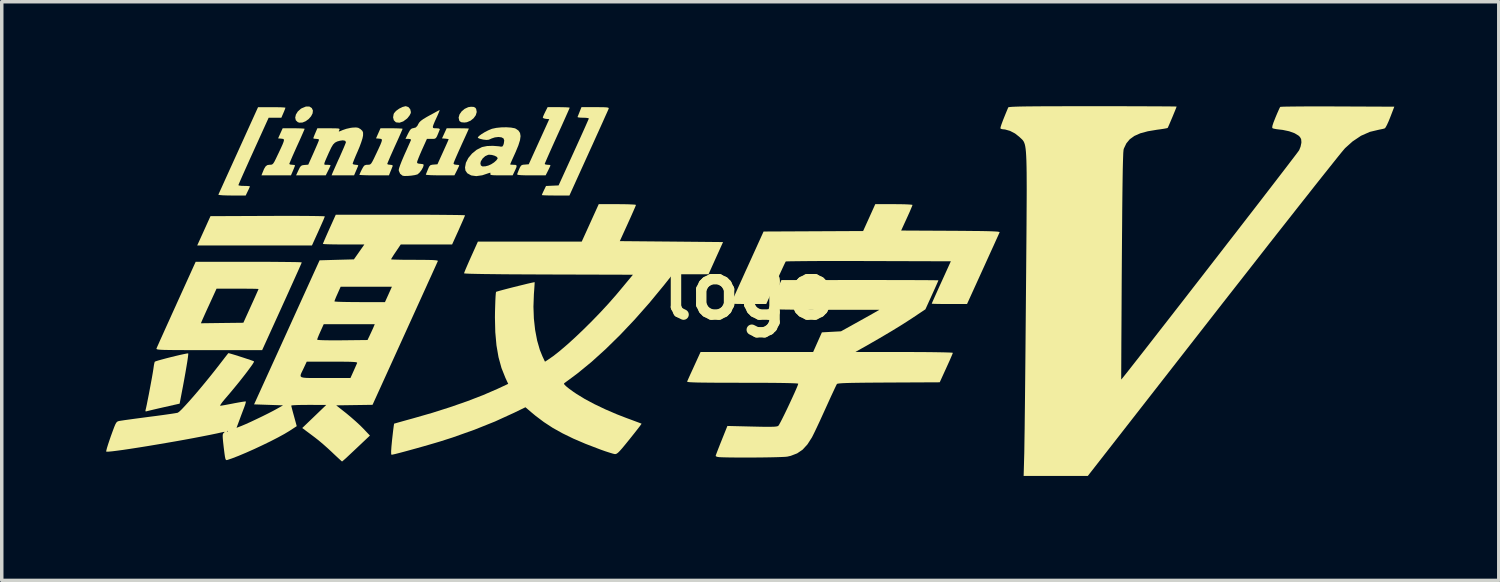
<source format=kicad_pcb>
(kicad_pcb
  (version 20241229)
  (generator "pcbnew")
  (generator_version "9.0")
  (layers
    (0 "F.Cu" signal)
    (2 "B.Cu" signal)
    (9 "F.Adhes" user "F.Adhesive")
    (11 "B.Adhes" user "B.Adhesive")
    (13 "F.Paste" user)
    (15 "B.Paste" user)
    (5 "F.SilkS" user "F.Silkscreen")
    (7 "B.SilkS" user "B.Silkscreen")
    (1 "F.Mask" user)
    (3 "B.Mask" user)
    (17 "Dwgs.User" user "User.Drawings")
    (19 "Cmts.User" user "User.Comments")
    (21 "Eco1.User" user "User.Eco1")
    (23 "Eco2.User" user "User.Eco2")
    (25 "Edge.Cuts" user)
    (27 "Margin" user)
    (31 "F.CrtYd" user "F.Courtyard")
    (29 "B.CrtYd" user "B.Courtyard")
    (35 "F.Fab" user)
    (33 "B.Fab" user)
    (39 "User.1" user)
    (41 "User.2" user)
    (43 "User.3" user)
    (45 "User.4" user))
  (footprint "logo"
    (layer "F.Cu")
    (at 18.468 5.295)
    (property "Reference" "logo" (at 0 0 0) (layer "F.SilkS") (effects (font (size 1.524 1.524) (thickness 0.3))))
    (attr board_only exclude_from_pos_files exclude_from_bom)
    (fp_poly (pts (xy -12.564 -5.242) (xy -12.531 -5.171) (xy -12.541 -5.088) (xy -12.585 -5.004) (xy -12.654 -4.926) (xy -12.739 -4.864) (xy -12.831 -4.826) (xy -12.921 -4.822) (xy -12.966 -4.837) (xy -13.023 -4.891) (xy -13.04 -4.967) (xy -13.02 -5.055) (xy -12.966 -5.143) (xy -12.881 -5.219) (xy -12.853 -5.236) (xy -12.731 -5.286) (xy -12.634 -5.286)) (stroke (width 0) (type solid)) (fill yes) (layer "F.SilkS"))
    (fp_poly (pts (xy -7.911 -5.274) (xy -7.866 -5.25) (xy -7.843 -5.216) (xy -7.827 -5.128) (xy -7.854 -5.036) (xy -7.917 -4.949) (xy -8.004 -4.879) (xy -8.109 -4.835) (xy -8.182 -4.826) (xy -8.267 -4.834) (xy -8.314 -4.861) (xy -8.329 -4.883) (xy -8.347 -4.968) (xy -8.321 -5.06) (xy -8.26 -5.147) (xy -8.174 -5.219) (xy -8.071 -5.267) (xy -7.991 -5.279)) (stroke (width 0) (type solid)) (fill yes) (layer "F.SilkS"))
    (fp_poly (pts (xy -13.002 -2.145) (xy -12.772 -2.144) (xy -12.573 -2.142) (xy -12.411 -2.14) (xy -12.29 -2.137) (xy -12.215 -2.134) (xy -12.19 -2.131) (xy -12.201 -2.1) (xy -12.23 -2.027) (xy -12.276 -1.923) (xy -12.333 -1.795) (xy -12.374 -1.703) (xy -12.559 -1.296) (xy -15.854 -1.296) (xy -15.663 -1.717) (xy -15.473 -2.137) (xy -13.831 -2.144) (xy -13.536 -2.145) (xy -13.258 -2.146)) (stroke (width 0) (type solid)) (fill yes) (layer "F.SilkS"))
    (fp_poly (pts (xy -9.79 -5.271) (xy -9.737 -5.209) (xy -9.718 -5.128) (xy -9.722 -5.095) (xy -9.753 -5.033) (xy -9.808 -4.961) (xy -9.829 -4.939) (xy -9.938 -4.858) (xy -10.045 -4.821) (xy -10.141 -4.831) (xy -10.153 -4.837) (xy -10.208 -4.892) (xy -10.229 -4.975) (xy -10.213 -5.068) (xy -10.201 -5.095) (xy -10.144 -5.16) (xy -10.056 -5.224) (xy -9.957 -5.273) (xy -9.871 -5.295) (xy -9.864 -5.295)) (stroke (width 0) (type solid)) (fill yes) (layer "F.SilkS"))
    (fp_poly (pts (xy -16.112 1.805) (xy -16.112 1.836) (xy -16.121 1.914) (xy -16.138 2.033) (xy -16.163 2.184) (xy -16.193 2.36) (xy -16.228 2.556) (xy -16.266 2.762) (xy -16.274 2.802) (xy -16.359 3.247) (xy -16.819 3.351) (xy -16.973 3.386) (xy -17.109 3.418) (xy -17.218 3.444) (xy -17.291 3.462) (xy -17.316 3.469) (xy -17.342 3.466) (xy -17.338 3.431) (xy -17.324 3.374) (xy -17.302 3.273) (xy -17.276 3.14) (xy -17.245 2.986) (xy -17.214 2.82) (xy -17.183 2.655) (xy -17.155 2.502) (xy -17.132 2.37) (xy -17.116 2.271) (xy -17.11 2.23) (xy -17.097 2.139) (xy -17.082 2.069) (xy -17.073 2.044) (xy -17.043 2.03) (xy -16.97 2.007) (xy -16.865 1.978) (xy -16.739 1.944) (xy -16.601 1.909) (xy -16.462 1.875) (xy -16.334 1.845) (xy -16.226 1.822) (xy -16.149 1.807) (xy -16.113 1.804)) (stroke (width 0) (type solid)) (fill yes) (layer "F.SilkS"))
    (fp_poly (pts (xy -13.573 -5.266) (xy -13.455 -5.264) (xy -13.369 -5.259) (xy -13.325 -5.254) (xy -13.321 -5.252) (xy -13.331 -5.22) (xy -13.356 -5.154) (xy -13.379 -5.1) (xy -13.438 -4.964) (xy -13.803 -4.963) (xy -14.238 -4.005) (xy -14.335 -3.791) (xy -14.424 -3.592) (xy -14.504 -3.414) (xy -14.571 -3.263) (xy -14.623 -3.145) (xy -14.657 -3.065) (xy -14.672 -3.028) (xy -14.672 -3.027) (xy -14.647 -3.016) (xy -14.582 -3.008) (xy -14.506 -3.006) (xy -14.419 -3.004) (xy -14.359 -2.999) (xy -14.341 -2.993) (xy -14.352 -2.963) (xy -14.38 -2.9) (xy -14.402 -2.855) (xy -14.462 -2.73) (xy -14.859 -2.73) (xy -14.999 -2.732) (xy -15.116 -2.736) (xy -15.2 -2.743) (xy -15.243 -2.75) (xy -15.246 -2.754) (xy -15.234 -2.783) (xy -15.2 -2.858) (xy -15.148 -2.972) (xy -15.08 -3.123) (xy -14.998 -3.304) (xy -14.904 -3.511) (xy -14.801 -3.738) (xy -14.69 -3.982) (xy -14.672 -4.022) (xy -14.107 -5.267) (xy -13.714 -5.267)) (stroke (width 0) (type solid)) (fill yes) (layer "F.SilkS"))
    (fp_poly (pts (xy -4.264 -5.267) (xy -4.156 -5.265) (xy -4.087 -5.26) (xy -4.049 -5.252) (xy -4.036 -5.239) (xy -4.038 -5.221) (xy -4.039 -5.219) (xy -4.054 -5.185) (xy -4.089 -5.106) (xy -4.143 -4.987) (xy -4.212 -4.832) (xy -4.295 -4.648) (xy -4.39 -4.439) (xy -4.493 -4.21) (xy -4.604 -3.967) (xy -4.611 -3.951) (xy -5.165 -2.73) (xy -5.561 -2.73) (xy -5.702 -2.731) (xy -5.82 -2.733) (xy -5.907 -2.737) (xy -5.953 -2.741) (xy -5.957 -2.743) (xy -5.946 -2.774) (xy -5.918 -2.836) (xy -5.897 -2.88) (xy -5.837 -3.004) (xy -5.476 -3.02) (xy -5.042 -3.971) (xy -4.945 -4.185) (xy -4.855 -4.383) (xy -4.775 -4.56) (xy -4.708 -4.71) (xy -4.656 -4.828) (xy -4.621 -4.907) (xy -4.607 -4.942) (xy -4.607 -4.943) (xy -4.631 -4.954) (xy -4.696 -4.962) (xy -4.773 -4.964) (xy -4.86 -4.967) (xy -4.917 -4.975) (xy -4.932 -4.985) (xy -4.917 -5.021) (xy -4.89 -5.089) (xy -4.871 -5.137) (xy -4.819 -5.268) (xy -4.42 -5.268)) (stroke (width 0) (type solid)) (fill yes) (layer "F.SilkS"))
    (fp_poly (pts (xy -12.96 -4.66) (xy -12.858 -4.656) (xy -12.791 -4.651) (xy -12.769 -4.646) (xy -12.78 -4.617) (xy -12.81 -4.547) (xy -12.856 -4.442) (xy -12.915 -4.31) (xy -12.983 -4.161) (xy -12.99 -4.146) (xy -13.058 -3.994) (xy -13.118 -3.859) (xy -13.165 -3.749) (xy -13.197 -3.672) (xy -13.21 -3.637) (xy -13.21 -3.636) (xy -13.186 -3.62) (xy -13.128 -3.613) (xy -13.127 -3.613) (xy -13.069 -3.608) (xy -13.045 -3.597) (xy -13.045 -3.597) (xy -13.055 -3.565) (xy -13.081 -3.499) (xy -13.103 -3.446) (xy -13.162 -3.309) (xy -14.009 -3.309) (xy -13.982 -3.379) (xy -13.935 -3.493) (xy -13.892 -3.564) (xy -13.846 -3.601) (xy -13.788 -3.613) (xy -13.773 -3.613) (xy -13.732 -3.614) (xy -13.7 -3.624) (xy -13.671 -3.65) (xy -13.638 -3.701) (xy -13.596 -3.785) (xy -13.537 -3.909) (xy -13.529 -3.925) (xy -13.456 -4.08) (xy -13.405 -4.192) (xy -13.375 -4.269) (xy -13.363 -4.317) (xy -13.368 -4.344) (xy -13.389 -4.356) (xy -13.425 -4.361) (xy -13.438 -4.363) (xy -13.531 -4.371) (xy -13.466 -4.516) (xy -13.4 -4.661) (xy -13.084 -4.661)) (stroke (width 0) (type solid)) (fill yes) (layer "F.SilkS"))
    (fp_poly (pts (xy -8.246 -4.66) (xy -8.144 -4.658) (xy -8.076 -4.655) (xy -8.053 -4.652) (xy -8.064 -4.626) (xy -8.094 -4.557) (xy -8.141 -4.453) (xy -8.2 -4.324) (xy -8.268 -4.175) (xy -8.273 -4.163) (xy -8.342 -4.011) (xy -8.402 -3.875) (xy -8.45 -3.764) (xy -8.482 -3.685) (xy -8.494 -3.648) (xy -8.494 -3.647) (xy -8.47 -3.622) (xy -8.412 -3.613) (xy -8.353 -3.609) (xy -8.329 -3.598) (xy -8.329 -3.598) (xy -8.34 -3.567) (xy -8.37 -3.504) (xy -8.398 -3.446) (xy -8.468 -3.309) (xy -8.883 -3.309) (xy -9.027 -3.311) (xy -9.147 -3.314) (xy -9.236 -3.32) (xy -9.284 -3.326) (xy -9.289 -3.33) (xy -9.275 -3.366) (xy -9.247 -3.435) (xy -9.229 -3.481) (xy -9.195 -3.558) (xy -9.161 -3.598) (xy -9.111 -3.614) (xy -9.066 -3.618) (xy -8.955 -3.627) (xy -8.794 -3.982) (xy -8.736 -4.11) (xy -8.687 -4.219) (xy -8.652 -4.299) (xy -8.634 -4.342) (xy -8.632 -4.346) (xy -8.656 -4.354) (xy -8.716 -4.362) (xy -8.728 -4.363) (xy -8.824 -4.371) (xy -8.757 -4.516) (xy -8.69 -4.661) (xy -8.371 -4.661)) (stroke (width 0) (type solid)) (fill yes) (layer "F.SilkS"))
    (fp_poly (pts (xy -5.349 -5.266) (xy -5.248 -5.263) (xy -5.18 -5.258) (xy -5.157 -5.253) (xy -5.168 -5.225) (xy -5.199 -5.153) (xy -5.248 -5.043) (xy -5.311 -4.902) (xy -5.386 -4.734) (xy -5.471 -4.548) (xy -5.516 -4.449) (xy -5.604 -4.254) (xy -5.684 -4.076) (xy -5.754 -3.919) (xy -5.81 -3.791) (xy -5.85 -3.698) (xy -5.872 -3.645) (xy -5.874 -3.636) (xy -5.85 -3.62) (xy -5.793 -3.613) (xy -5.792 -3.613) (xy -5.733 -3.609) (xy -5.709 -3.598) (xy -5.709 -3.598) (xy -5.72 -3.567) (xy -5.75 -3.504) (xy -5.778 -3.446) (xy -5.848 -3.309) (xy -6.264 -3.309) (xy -6.43 -3.31) (xy -6.547 -3.314) (xy -6.622 -3.32) (xy -6.659 -3.33) (xy -6.666 -3.344) (xy -6.666 -3.344) (xy -6.619 -3.463) (xy -6.585 -3.54) (xy -6.557 -3.584) (xy -6.528 -3.606) (xy -6.489 -3.615) (xy -6.446 -3.618) (xy -6.333 -3.627) (xy -5.744 -4.923) (xy -5.837 -4.931) (xy -5.899 -4.944) (xy -5.929 -4.964) (xy -5.929 -4.967) (xy -5.918 -5.005) (xy -5.888 -5.074) (xy -5.86 -5.131) (xy -5.791 -5.268) (xy -5.474 -5.268)) (stroke (width 0) (type solid)) (fill yes) (layer "F.SilkS"))
    (fp_poly (pts (xy -10.149 -4.66) (xy -10.047 -4.656) (xy -9.979 -4.652) (xy -9.956 -4.646) (xy -9.967 -4.617) (xy -9.997 -4.547) (xy -10.043 -4.442) (xy -10.102 -4.31) (xy -10.17 -4.161) (xy -10.177 -4.146) (xy -10.245 -3.994) (xy -10.305 -3.859) (xy -10.352 -3.749) (xy -10.384 -3.672) (xy -10.397 -3.637) (xy -10.397 -3.636) (xy -10.373 -3.62) (xy -10.315 -3.613) (xy -10.311 -3.613) (xy -10.25 -3.604) (xy -10.24 -3.578) (xy -10.258 -3.533) (xy -10.287 -3.459) (xy -10.301 -3.427) (xy -10.348 -3.309) (xy -10.772 -3.309) (xy -10.918 -3.31) (xy -11.043 -3.313) (xy -11.136 -3.317) (xy -11.189 -3.321) (xy -11.197 -3.324) (xy -11.185 -3.355) (xy -11.156 -3.419) (xy -11.128 -3.476) (xy -11.084 -3.555) (xy -11.048 -3.596) (xy -11.003 -3.611) (xy -10.96 -3.613) (xy -10.919 -3.614) (xy -10.887 -3.624) (xy -10.858 -3.65) (xy -10.826 -3.701) (xy -10.783 -3.784) (xy -10.724 -3.909) (xy -10.716 -3.925) (xy -10.643 -4.08) (xy -10.592 -4.192) (xy -10.562 -4.269) (xy -10.55 -4.317) (xy -10.555 -4.344) (xy -10.576 -4.356) (xy -10.612 -4.361) (xy -10.626 -4.363) (xy -10.719 -4.371) (xy -10.655 -4.516) (xy -10.591 -4.661) (xy -10.274 -4.661)) (stroke (width 0) (type solid)) (fill yes) (layer "F.SilkS"))
    (fp_poly (pts (xy -14.091 -0.826) (xy -13.824 -0.826) (xy -13.58 -0.824) (xy -13.362 -0.822) (xy -13.177 -0.82) (xy -13.028 -0.818) (xy -12.922 -0.815) (xy -12.863 -0.811) (xy -12.852 -0.809) (xy -12.863 -0.781) (xy -12.895 -0.708) (xy -12.945 -0.594) (xy -13.012 -0.445) (xy -13.093 -0.265) (xy -13.186 -0.059) (xy -13.288 0.168) (xy -13.399 0.412) (xy -13.42 0.459) (xy -13.989 1.71) (xy -15.515 1.71) (xy -15.844 1.71) (xy -16.122 1.71) (xy -16.353 1.709) (xy -16.541 1.708) (xy -16.691 1.706) (xy -16.807 1.704) (xy -16.894 1.7) (xy -16.954 1.696) (xy -16.993 1.69) (xy -17.015 1.683) (xy -17.024 1.674) (xy -17.024 1.664) (xy -17.022 1.659) (xy -17.007 1.624) (xy -16.971 1.544) (xy -16.918 1.424) (xy -16.848 1.27) (xy -16.765 1.085) (xy -16.699 0.939) (xy -15.749 0.939) (xy -15.139 0.931) (xy -14.529 0.924) (xy -14.311 0.444) (xy -14.243 0.294) (xy -14.184 0.163) (xy -14.137 0.057) (xy -14.105 -0.015) (xy -14.093 -0.045) (xy -14.093 -0.045) (xy -14.119 -0.048) (xy -14.193 -0.051) (xy -14.305 -0.053) (xy -14.45 -0.054) (xy -14.618 -0.055) (xy -14.696 -0.055) (xy -15.299 -0.055) (xy -15.485 0.352) (xy -15.552 0.497) (xy -15.613 0.631) (xy -15.663 0.743) (xy -15.699 0.823) (xy -15.71 0.849) (xy -15.749 0.939) (xy -16.699 0.939) (xy -16.67 0.876) (xy -16.567 0.647) (xy -16.456 0.403) (xy -16.451 0.391) (xy -15.899 -0.826) (xy -14.375 -0.827)) (stroke (width 0) (type solid)) (fill yes) (layer "F.SilkS"))
    (fp_poly (pts (xy -8.897 -5.162) (xy -8.922 -5.1) (xy -8.96 -5.012) (xy -8.975 -4.98) (xy -9.035 -4.849) (xy -9.072 -4.759) (xy -9.088 -4.704) (xy -9.082 -4.675) (xy -9.056 -4.663) (xy -9.009 -4.661) (xy -8.99 -4.661) (xy -8.914 -4.655) (xy -8.887 -4.637) (xy -8.888 -4.626) (xy -8.936 -4.507) (xy -8.969 -4.429) (xy -8.997 -4.384) (xy -9.027 -4.363) (xy -9.067 -4.357) (xy -9.125 -4.357) (xy -9.127 -4.357) (xy -9.257 -4.357) (xy -9.4 -4.04) (xy -9.454 -3.916) (xy -9.499 -3.807) (xy -9.53 -3.726) (xy -9.542 -3.683) (xy -9.542 -3.681) (xy -9.521 -3.651) (xy -9.453 -3.64) (xy -9.446 -3.64) (xy -9.382 -3.633) (xy -9.35 -3.615) (xy -9.349 -3.612) (xy -9.367 -3.545) (xy -9.411 -3.464) (xy -9.468 -3.389) (xy -9.523 -3.34) (xy -9.534 -3.335) (xy -9.607 -3.316) (xy -9.707 -3.301) (xy -9.812 -3.292) (xy -9.902 -3.291) (xy -9.956 -3.299) (xy -10.027 -3.355) (xy -10.064 -3.44) (xy -10.066 -3.47) (xy -10.055 -3.519) (xy -10.025 -3.606) (xy -9.98 -3.722) (xy -9.923 -3.856) (xy -9.898 -3.913) (xy -9.837 -4.048) (xy -9.785 -4.166) (xy -9.744 -4.257) (xy -9.72 -4.313) (xy -9.715 -4.323) (xy -9.727 -4.349) (xy -9.787 -4.357) (xy -9.873 -4.357) (xy -9.799 -4.508) (xy -9.752 -4.594) (xy -9.713 -4.642) (xy -9.668 -4.662) (xy -9.641 -4.666) (xy -9.576 -4.685) (xy -9.53 -4.734) (xy -9.509 -4.776) (xy -9.479 -4.826) (xy -9.434 -4.873) (xy -9.364 -4.924) (xy -9.26 -4.987) (xy -9.18 -5.031) (xy -9.069 -5.091) (xy -8.978 -5.141) (xy -8.915 -5.174) (xy -8.891 -5.185)) (stroke (width 0) (type solid)) (fill yes) (layer "F.SilkS"))
    (fp_poly (pts (xy 4.319 -2.481) (xy 4.463 -2.478) (xy 4.578 -2.473) (xy 4.656 -2.467) (xy 4.688 -2.46) (xy 4.688 -2.459) (xy 4.677 -2.428) (xy 4.647 -2.355) (xy 4.603 -2.252) (xy 4.547 -2.128) (xy 4.525 -2.08) (xy 4.362 -1.724) (xy 5.783 -1.717) (xy 6.111 -1.715) (xy 6.389 -1.712) (xy 6.618 -1.71) (xy 6.803 -1.707) (xy 6.947 -1.703) (xy 7.054 -1.698) (xy 7.128 -1.693) (xy 7.172 -1.686) (xy 7.19 -1.679) (xy 7.19 -1.675) (xy 7.176 -1.643) (xy 7.142 -1.567) (xy 7.089 -1.451) (xy 7.022 -1.302) (xy 6.941 -1.125) (xy 6.85 -0.925) (xy 6.752 -0.708) (xy 6.715 -0.627) (xy 6.254 0.386) (xy 5.747 0.386) (xy 5.586 0.386) (xy 5.447 0.384) (xy 5.337 0.382) (xy 5.265 0.379) (xy 5.24 0.376) (xy 5.251 0.349) (xy 5.282 0.279) (xy 5.329 0.173) (xy 5.39 0.038) (xy 5.461 -0.12) (xy 5.515 -0.238) (xy 5.789 -0.841) (xy 3.427 -0.848) (xy 3.071 -0.849) (xy 2.731 -0.849) (xy 2.41 -0.849) (xy 2.114 -0.849) (xy 1.846 -0.848) (xy 1.609 -0.846) (xy 1.409 -0.844) (xy 1.249 -0.842) (xy 1.132 -0.84) (xy 1.064 -0.837) (xy 1.047 -0.834) (xy 1.031 -0.804) (xy 0.996 -0.731) (xy 0.945 -0.622) (xy 0.882 -0.485) (xy 0.809 -0.325) (xy 0.759 -0.214) (xy 0.488 0.386) (xy -0.018 0.386) (xy -0.178 0.385) (xy -0.318 0.384) (xy -0.427 0.381) (xy -0.499 0.378) (xy -0.524 0.374) (xy -0.513 0.347) (xy -0.481 0.275) (xy -0.432 0.164) (xy -0.367 0.018) (xy -0.288 -0.156) (xy -0.198 -0.354) (xy -0.101 -0.57) (xy -0.056 -0.667) (xy 0.411 -1.696) (xy 1.84 -1.703) (xy 3.27 -1.71) (xy 3.445 -2.096) (xy 3.619 -2.482) (xy 4.154 -2.482)) (stroke (width 0) (type solid)) (fill yes) (layer "F.SilkS"))
    (fp_poly (pts (xy -6.842 -4.681) (xy -6.738 -4.662) (xy -6.704 -4.648) (xy -6.628 -4.595) (xy -6.583 -4.526) (xy -6.568 -4.436) (xy -6.584 -4.319) (xy -6.631 -4.169) (xy -6.709 -3.98) (xy -6.725 -3.944) (xy -6.779 -3.825) (xy -6.824 -3.725) (xy -6.855 -3.654) (xy -6.867 -3.623) (xy -6.867 -3.623) (xy -6.843 -3.616) (xy -6.783 -3.613) (xy -6.771 -3.613) (xy -6.709 -3.609) (xy -6.682 -3.591) (xy -6.685 -3.548) (xy -6.718 -3.47) (xy -6.735 -3.434) (xy -6.795 -3.309) (xy -7.124 -3.309) (xy -7.263 -3.31) (xy -7.356 -3.313) (xy -7.41 -3.32) (xy -7.434 -3.331) (xy -7.437 -3.348) (xy -7.435 -3.354) (xy -7.432 -3.385) (xy -7.467 -3.378) (xy -7.668 -3.311) (xy -7.84 -3.287) (xy -7.98 -3.306) (xy -7.997 -3.313) (xy -8.097 -3.369) (xy -8.15 -3.445) (xy -8.163 -3.535) (xy -8.141 -3.654) (xy -7.722 -3.654) (xy -7.708 -3.593) (xy -7.662 -3.565) (xy -7.578 -3.569) (xy -7.495 -3.59) (xy -7.412 -3.627) (xy -7.33 -3.68) (xy -7.264 -3.739) (xy -7.228 -3.791) (xy -7.226 -3.805) (xy -7.25 -3.84) (xy -7.311 -3.872) (xy -7.391 -3.895) (xy -7.47 -3.902) (xy -7.5 -3.898) (xy -7.583 -3.861) (xy -7.658 -3.793) (xy -7.709 -3.712) (xy -7.722 -3.654) (xy -8.141 -3.654) (xy -8.138 -3.671) (xy -8.068 -3.808) (xy -7.962 -3.935) (xy -7.831 -4.042) (xy -7.682 -4.118) (xy -7.664 -4.124) (xy -7.529 -4.151) (xy -7.363 -4.157) (xy -7.185 -4.143) (xy -7.13 -4.133) (xy -7.09 -4.138) (xy -7.063 -4.179) (xy -7.049 -4.225) (xy -7.037 -4.31) (xy -7.055 -4.364) (xy -7.059 -4.37) (xy -7.116 -4.401) (xy -7.205 -4.411) (xy -7.307 -4.399) (xy -7.404 -4.367) (xy -7.414 -4.361) (xy -7.48 -4.333) (xy -7.546 -4.326) (xy -7.637 -4.336) (xy -7.656 -4.34) (xy -7.738 -4.36) (xy -7.788 -4.382) (xy -7.797 -4.397) (xy -7.764 -4.437) (xy -7.695 -4.489) (xy -7.602 -4.547) (xy -7.502 -4.599) (xy -7.406 -4.64) (xy -7.381 -4.648) (xy -7.262 -4.673) (xy -7.12 -4.687) (xy -6.975 -4.69)) (stroke (width 0) (type solid)) (fill yes) (layer "F.SilkS"))
    (fp_poly (pts (xy -11.231 -4.675) (xy -11.176 -4.644) (xy -11.159 -4.632) (xy -11.111 -4.586) (xy -11.091 -4.538) (xy -11.091 -4.465) (xy -11.093 -4.443) (xy -11.109 -4.368) (xy -11.144 -4.258) (xy -11.192 -4.128) (xy -11.248 -3.995) (xy -11.302 -3.871) (xy -11.346 -3.764) (xy -11.377 -3.685) (xy -11.39 -3.645) (xy -11.39 -3.643) (xy -11.366 -3.622) (xy -11.308 -3.613) (xy -11.305 -3.613) (xy -11.249 -3.607) (xy -11.229 -3.592) (xy -11.229 -3.591) (xy -11.244 -3.555) (xy -11.273 -3.487) (xy -11.293 -3.44) (xy -11.349 -3.31) (xy -11.672 -3.31) (xy -11.995 -3.309) (xy -11.971 -3.371) (xy -11.951 -3.417) (xy -11.913 -3.503) (xy -11.861 -3.619) (xy -11.801 -3.754) (xy -11.764 -3.833) (xy -11.703 -3.972) (xy -11.65 -4.093) (xy -11.61 -4.189) (xy -11.587 -4.249) (xy -11.583 -4.265) (xy -11.607 -4.303) (xy -11.672 -4.315) (xy -11.753 -4.304) (xy -11.836 -4.281) (xy -11.9 -4.247) (xy -11.952 -4.194) (xy -12.003 -4.11) (xy -12.062 -3.986) (xy -12.073 -3.963) (xy -12.135 -3.823) (xy -12.177 -3.726) (xy -12.2 -3.665) (xy -12.205 -3.63) (xy -12.193 -3.615) (xy -12.165 -3.612) (xy -12.124 -3.613) (xy -12.059 -3.609) (xy -12.025 -3.6) (xy -12.024 -3.598) (xy -12.036 -3.567) (xy -12.065 -3.504) (xy -12.094 -3.446) (xy -12.163 -3.309) (xy -13.015 -3.309) (xy -12.948 -3.454) (xy -12.907 -3.537) (xy -12.872 -3.581) (xy -12.827 -3.601) (xy -12.773 -3.607) (xy -12.665 -3.616) (xy -12.51 -3.962) (xy -12.454 -4.09) (xy -12.406 -4.2) (xy -12.372 -4.283) (xy -12.356 -4.328) (xy -12.355 -4.333) (xy -12.379 -4.35) (xy -12.437 -4.357) (xy -12.438 -4.357) (xy -12.496 -4.362) (xy -12.521 -4.373) (xy -12.521 -4.373) (xy -12.511 -4.405) (xy -12.485 -4.471) (xy -12.462 -4.525) (xy -12.404 -4.661) (xy -12.075 -4.661) (xy -11.937 -4.66) (xy -11.845 -4.658) (xy -11.792 -4.653) (xy -11.768 -4.642) (xy -11.767 -4.625) (xy -11.775 -4.607) (xy -11.789 -4.577) (xy -11.781 -4.568) (xy -11.74 -4.582) (xy -11.676 -4.61) (xy -11.57 -4.646) (xy -11.447 -4.673) (xy -11.393 -4.68) (xy -11.296 -4.685)) (stroke (width 0) (type solid)) (fill yes) (layer "F.SilkS"))
    (fp_poly (pts (xy 3.526 -0.303) (xy 3.857 -0.303) (xy 4.167 -0.302) (xy 4.453 -0.302) (xy 4.711 -0.301) (xy 4.935 -0.3) (xy 5.123 -0.299) (xy 5.271 -0.298) (xy 5.373 -0.296) (xy 5.426 -0.295) (xy 5.433 -0.294) (xy 5.422 -0.268) (xy 5.392 -0.199) (xy 5.347 -0.098) (xy 5.29 0.029) (xy 5.246 0.126) (xy 5.059 0.538) (xy 4.667 0.8) (xy 4.406 0.968) (xy 4.097 1.158) (xy 3.742 1.368) (xy 3.344 1.597) (xy 3.213 1.67) (xy 3.047 1.763) (xy 4.447 1.764) (xy 4.719 1.765) (xy 4.974 1.766) (xy 5.206 1.768) (xy 5.41 1.771) (xy 5.581 1.774) (xy 5.714 1.778) (xy 5.803 1.782) (xy 5.845 1.787) (xy 5.847 1.788) (xy 5.836 1.819) (xy 5.805 1.892) (xy 5.76 1.997) (xy 5.702 2.125) (xy 5.658 2.222) (xy 5.47 2.634) (xy 4.007 2.641) (xy 3.668 2.643) (xy 3.38 2.645) (xy 3.141 2.648) (xy 2.946 2.651) (xy 2.793 2.655) (xy 2.677 2.66) (xy 2.595 2.666) (xy 2.544 2.673) (xy 2.52 2.68) (xy 2.518 2.682) (xy 2.5 2.716) (xy 2.463 2.793) (xy 2.41 2.906) (xy 2.344 3.048) (xy 2.269 3.213) (xy 2.194 3.378) (xy 2.108 3.567) (xy 2.025 3.749) (xy 1.947 3.915) (xy 1.88 4.056) (xy 1.827 4.163) (xy 1.8 4.216) (xy 1.672 4.416) (xy 1.534 4.567) (xy 1.376 4.675) (xy 1.192 4.746) (xy 1.09 4.769) (xy 1.029 4.775) (xy 0.921 4.78) (xy 0.775 4.785) (xy 0.6 4.789) (xy 0.404 4.792) (xy 0.196 4.794) (xy -0.016 4.795) (xy -0.224 4.795) (xy -0.419 4.794) (xy -0.593 4.792) (xy -0.737 4.789) (xy -0.843 4.785) (xy -0.903 4.779) (xy -0.903 4.779) (xy -0.952 4.763) (xy -0.965 4.749) (xy -0.956 4.718) (xy -0.929 4.645) (xy -0.888 4.539) (xy -0.837 4.409) (xy -0.797 4.309) (xy -0.628 3.888) (xy 0.079 3.905) (xy 0.304 3.91) (xy 0.479 3.913) (xy 0.612 3.912) (xy 0.708 3.91) (xy 0.773 3.904) (xy 0.814 3.895) (xy 0.834 3.885) (xy 0.857 3.852) (xy 0.898 3.777) (xy 0.953 3.67) (xy 1.018 3.539) (xy 1.089 3.392) (xy 1.161 3.239) (xy 1.231 3.088) (xy 1.295 2.948) (xy 1.348 2.828) (xy 1.386 2.737) (xy 1.405 2.683) (xy 1.407 2.675) (xy 1.379 2.668) (xy 1.298 2.663) (xy 1.164 2.658) (xy 0.978 2.654) (xy 0.742 2.651) (xy 0.457 2.649) (xy 0.123 2.648) (xy -0.196 2.648) (xy -0.546 2.647) (xy -0.844 2.647) (xy -1.093 2.645) (xy -1.298 2.643) (xy -1.462 2.641) (xy -1.588 2.637) (xy -1.68 2.633) (xy -1.741 2.628) (xy -1.775 2.621) (xy -1.785 2.614) (xy -1.785 2.613) (xy -1.769 2.577) (xy -1.735 2.501) (xy -1.686 2.392) (xy -1.626 2.262) (xy -1.585 2.172) (xy -1.399 1.765) (xy 1.834 1.765) (xy 1.96 1.482) (xy 2.086 1.2) (xy 2.36 1.185) (xy 2.634 1.17) (xy 3.061 0.933) (xy 3.21 0.85) (xy 3.352 0.771) (xy 3.475 0.702) (xy 3.569 0.649) (xy 3.613 0.624) (xy 3.737 0.552) (xy 2.142 0.552) (xy 1.797 0.551) (xy 1.488 0.55) (xy 1.219 0.548) (xy 0.993 0.545) (xy 0.81 0.541) (xy 0.675 0.537) (xy 0.59 0.532) (xy 0.556 0.526) (xy 0.556 0.526) (xy 0.57 0.493) (xy 0.602 0.419) (xy 0.649 0.313) (xy 0.707 0.184) (xy 0.745 0.099) (xy 0.924 -0.302) (xy 3.178 -0.303)) (stroke (width 0) (type solid)) (fill yes) (layer "F.SilkS"))
    (fp_poly (pts (xy -3.624 -2.481) (xy -3.48 -2.478) (xy -3.364 -2.473) (xy -3.287 -2.468) (xy -3.255 -2.461) (xy -3.254 -2.46) (xy -3.265 -2.429) (xy -3.296 -2.356) (xy -3.343 -2.249) (xy -3.402 -2.115) (xy -3.471 -1.963) (xy -3.486 -1.929) (xy -3.718 -1.42) (xy -2.236 -1.407) (xy -0.753 -1.393) (xy -0.962 -0.931) (xy -1.17 -0.469) (xy -2.199 -0.469) (xy -2.457 -0.145) (xy -2.871 0.357) (xy -3.29 0.831) (xy -3.71 1.275) (xy -4.125 1.682) (xy -4.532 2.05) (xy -4.925 2.372) (xy -5.097 2.501) (xy -5.19 2.569) (xy -5.264 2.624) (xy -5.311 2.658) (xy -5.32 2.666) (xy -5.314 2.693) (xy -5.264 2.745) (xy -5.174 2.818) (xy -5.047 2.91) (xy -4.964 2.966) (xy -4.726 3.112) (xy -4.445 3.262) (xy -4.133 3.411) (xy -3.803 3.553) (xy -3.535 3.657) (xy -3.391 3.71) (xy -3.266 3.757) (xy -3.169 3.793) (xy -3.109 3.816) (xy -3.093 3.823) (xy -3.107 3.845) (xy -3.15 3.904) (xy -3.218 3.992) (xy -3.306 4.104) (xy -3.409 4.233) (xy -3.435 4.266) (xy -3.556 4.415) (xy -3.648 4.526) (xy -3.717 4.604) (xy -3.768 4.655) (xy -3.806 4.683) (xy -3.838 4.695) (xy -3.862 4.696) (xy -3.914 4.684) (xy -4.007 4.656) (xy -4.128 4.617) (xy -4.264 4.569) (xy -4.306 4.553) (xy -4.703 4.401) (xy -5.053 4.251) (xy -5.364 4.099) (xy -5.644 3.943) (xy -5.899 3.776) (xy -6.138 3.596) (xy -6.242 3.51) (xy -6.428 3.351) (xy -6.751 3.508) (xy -7.3 3.759) (xy -7.894 3.997) (xy -8.52 4.219) (xy -8.867 4.33) (xy -9.014 4.374) (xy -9.182 4.423) (xy -9.362 4.475) (xy -9.547 4.527) (xy -9.728 4.577) (xy -9.896 4.623) (xy -10.043 4.662) (xy -10.161 4.692) (xy -10.241 4.71) (xy -10.274 4.716) (xy -10.284 4.69) (xy -10.285 4.61) (xy -10.276 4.478) (xy -10.258 4.291) (xy -10.256 4.272) (xy -10.239 4.122) (xy -10.224 3.994) (xy -10.211 3.895) (xy -10.202 3.836) (xy -10.199 3.822) (xy -10.171 3.814) (xy -10.098 3.793) (xy -9.988 3.762) (xy -9.849 3.723) (xy -9.689 3.679) (xy -9.653 3.669) (xy -9.106 3.512) (xy -8.584 3.346) (xy -8.093 3.175) (xy -7.642 3.001) (xy -7.238 2.826) (xy -7.184 2.801) (xy -6.923 2.679) (xy -7.004 2.505) (xy -7.116 2.223) (xy -7.201 1.914) (xy -7.26 1.573) (xy -7.294 1.194) (xy -7.304 0.772) (xy -7.302 0.613) (xy -7.297 0.443) (xy -7.292 0.292) (xy -7.286 0.169) (xy -7.279 0.082) (xy -7.273 0.04) (xy -7.272 0.037) (xy -7.242 0.027) (xy -7.17 0.006) (xy -7.063 -0.023) (xy -6.933 -0.057) (xy -6.789 -0.094) (xy -6.64 -0.131) (xy -6.496 -0.166) (xy -6.367 -0.198) (xy -6.262 -0.222) (xy -6.191 -0.237) (xy -6.163 -0.241) (xy -6.163 -0.241) (xy -6.164 -0.212) (xy -6.168 -0.14) (xy -6.175 -0.033) (xy -6.185 0.098) (xy -6.186 0.124) (xy -6.198 0.463) (xy -6.186 0.802) (xy -6.15 1.129) (xy -6.092 1.434) (xy -6.014 1.705) (xy -5.941 1.885) (xy -5.867 2.042) (xy -5.786 1.99) (xy -5.624 1.878) (xy -5.435 1.728) (xy -5.223 1.547) (xy -4.995 1.34) (xy -4.757 1.113) (xy -4.515 0.873) (xy -4.275 0.625) (xy -4.043 0.374) (xy -3.826 0.127) (xy -3.731 0.014) (xy -3.341 -0.455) (xy -5.766 -0.462) (xy -6.233 -0.464) (xy -6.652 -0.466) (xy -7.023 -0.468) (xy -7.345 -0.472) (xy -7.616 -0.475) (xy -7.836 -0.479) (xy -8.004 -0.483) (xy -8.119 -0.488) (xy -8.18 -0.493) (xy -8.191 -0.496) (xy -8.18 -0.529) (xy -8.15 -0.604) (xy -8.104 -0.711) (xy -8.047 -0.842) (xy -7.992 -0.965) (xy -7.793 -1.407) (xy -4.811 -1.407) (xy -4.567 -1.944) (xy -4.323 -2.482) (xy -3.789 -2.482)) (stroke (width 0) (type solid)) (fill yes) (layer "F.SilkS"))
    (fp_poly (pts (xy 10.222 -5.295) (xy 10.565 -5.295) (xy 10.888 -5.294) (xy 11.187 -5.293) (xy 11.457 -5.292) (xy 11.696 -5.291) (xy 11.899 -5.29) (xy 12.062 -5.289) (xy 12.181 -5.287) (xy 12.252 -5.286) (xy 12.273 -5.284) (xy 12.262 -5.254) (xy 12.236 -5.186) (xy 12.197 -5.092) (xy 12.153 -4.985) (xy 12.107 -4.877) (xy 12.066 -4.78) (xy 12.034 -4.708) (xy 12.017 -4.672) (xy 12.016 -4.671) (xy 11.985 -4.662) (xy 11.911 -4.648) (xy 11.806 -4.632) (xy 11.71 -4.619) (xy 11.446 -4.575) (xy 11.231 -4.517) (xy 11.06 -4.441) (xy 10.928 -4.346) (xy 10.83 -4.228) (xy 10.761 -4.084) (xy 10.752 -4.057) (xy 10.747 -4.022) (xy 10.741 -3.95) (xy 10.737 -3.84) (xy 10.732 -3.691) (xy 10.727 -3.499) (xy 10.723 -3.265) (xy 10.719 -2.986) (xy 10.715 -2.66) (xy 10.711 -2.287) (xy 10.708 -1.863) (xy 10.704 -1.388) (xy 10.7 -0.86) (xy 10.699 -0.703) (xy 10.696 -0.284) (xy 10.694 0.119) (xy 10.692 0.503) (xy 10.69 0.865) (xy 10.688 1.201) (xy 10.686 1.508) (xy 10.685 1.782) (xy 10.684 2.02) (xy 10.683 2.219) (xy 10.682 2.375) (xy 10.682 2.484) (xy 10.682 2.544) (xy 10.682 2.555) (xy 10.7 2.535) (xy 10.75 2.474) (xy 10.828 2.376) (xy 10.934 2.242) (xy 11.064 2.076) (xy 11.217 1.881) (xy 11.39 1.66) (xy 11.581 1.415) (xy 11.787 1.15) (xy 12.008 0.867) (xy 12.239 0.57) (xy 12.48 0.261) (xy 12.727 -0.058) (xy 12.979 -0.382) (xy 13.233 -0.71) (xy 13.487 -1.037) (xy 13.739 -1.363) (xy 13.987 -1.682) (xy 14.228 -1.994) (xy 14.46 -2.293) (xy 14.681 -2.579) (xy 14.888 -2.848) (xy 15.08 -3.097) (xy 15.253 -3.322) (xy 15.407 -3.522) (xy 15.538 -3.694) (xy 15.645 -3.834) (xy 15.725 -3.939) (xy 15.775 -4.007) (xy 15.794 -4.035) (xy 15.833 -4.133) (xy 15.855 -4.238) (xy 15.857 -4.265) (xy 15.849 -4.351) (xy 15.815 -4.411) (xy 15.774 -4.451) (xy 15.661 -4.519) (xy 15.506 -4.575) (xy 15.321 -4.614) (xy 15.233 -4.624) (xy 15.137 -4.636) (xy 15.062 -4.651) (xy 15.028 -4.662) (xy 15.018 -4.686) (xy 15.026 -4.737) (xy 15.054 -4.824) (xy 15.105 -4.953) (xy 15.111 -4.969) (xy 15.16 -5.085) (xy 15.203 -5.183) (xy 15.234 -5.25) (xy 15.249 -5.275) (xy 15.279 -5.278) (xy 15.36 -5.282) (xy 15.486 -5.284) (xy 15.652 -5.286) (xy 15.854 -5.288) (xy 16.087 -5.289) (xy 16.346 -5.29) (xy 16.626 -5.289) (xy 16.897 -5.288) (xy 18.525 -5.281) (xy 18.41 -4.982) (xy 18.361 -4.861) (xy 18.315 -4.76) (xy 18.277 -4.69) (xy 18.255 -4.661) (xy 18.205 -4.645) (xy 18.125 -4.628) (xy 18.092 -4.622) (xy 17.823 -4.558) (xy 17.569 -4.446) (xy 17.326 -4.283) (xy 17.11 -4.089) (xy 17.075 -4.048) (xy 17.007 -3.967) (xy 16.909 -3.846) (xy 16.782 -3.687) (xy 16.628 -3.494) (xy 16.448 -3.268) (xy 16.244 -3.011) (xy 16.019 -2.725) (xy 15.772 -2.413) (xy 15.507 -2.076) (xy 15.224 -1.717) (xy 14.926 -1.338) (xy 14.615 -0.94) (xy 14.291 -0.526) (xy 13.956 -0.099) (xy 13.612 0.34) (xy 13.321 0.713) (xy 9.723 5.323) (xy 7.88 5.323) (xy 7.898 4.668) (xy 7.9 4.562) (xy 7.902 4.405) (xy 7.905 4.2) (xy 7.909 3.951) (xy 7.912 3.663) (xy 7.916 3.338) (xy 7.92 2.981) (xy 7.924 2.595) (xy 7.928 2.184) (xy 7.932 1.752) (xy 7.936 1.302) (xy 7.94 0.84) (xy 7.944 0.367) (xy 7.947 0.028) (xy 7.952 -0.536) (xy 7.956 -1.048) (xy 7.96 -1.51) (xy 7.963 -1.924) (xy 7.965 -2.294) (xy 7.967 -2.623) (xy 7.968 -2.912) (xy 7.967 -3.165) (xy 7.966 -3.384) (xy 7.963 -3.573) (xy 7.959 -3.732) (xy 7.953 -3.867) (xy 7.946 -3.978) (xy 7.937 -4.069) (xy 7.926 -4.142) (xy 7.913 -4.2) (xy 7.897 -4.246) (xy 7.88 -4.282) (xy 7.86 -4.312) (xy 7.838 -4.337) (xy 7.813 -4.361) (xy 7.786 -4.386) (xy 7.756 -4.414) (xy 7.754 -4.416) (xy 7.632 -4.512) (xy 7.489 -4.586) (xy 7.345 -4.627) (xy 7.277 -4.633) (xy 7.228 -4.645) (xy 7.214 -4.657) (xy 7.217 -4.692) (xy 7.243 -4.773) (xy 7.29 -4.9) (xy 7.361 -5.076) (xy 7.438 -5.261) (xy 7.451 -5.267) (xy 7.487 -5.272) (xy 7.548 -5.277) (xy 7.638 -5.281) (xy 7.759 -5.285) (xy 7.915 -5.288) (xy 8.107 -5.29) (xy 8.339 -5.292) (xy 8.615 -5.293) (xy 8.935 -5.294) (xy 9.305 -5.295) (xy 9.726 -5.295) (xy 9.862 -5.295)) (stroke (width 0) (type solid)) (fill yes) (layer "F.SilkS"))
    (fp_poly (pts (xy -9.705 -2.178) (xy -9.407 -2.178) (xy -9.131 -2.177) (xy -8.88 -2.175) (xy -8.66 -2.173) (xy -8.474 -2.171) (xy -8.328 -2.169) (xy -8.225 -2.166) (xy -8.171 -2.163) (xy -8.163 -2.162) (xy -8.174 -2.132) (xy -8.204 -2.061) (xy -8.249 -1.958) (xy -8.306 -1.83) (xy -8.348 -1.734) (xy -8.534 -1.324) (xy -10.009 -1.324) (xy -10.148 -1.118) (xy -10.21 -1.026) (xy -10.257 -0.951) (xy -10.284 -0.906) (xy -10.287 -0.898) (xy -10.261 -0.893) (xy -10.186 -0.89) (xy -10.072 -0.887) (xy -9.925 -0.884) (xy -9.752 -0.883) (xy -9.608 -0.883) (xy -9.389 -0.882) (xy -9.221 -0.88) (xy -9.097 -0.877) (xy -9.013 -0.871) (xy -8.963 -0.864) (xy -8.944 -0.854) (xy -8.943 -0.848) (xy -8.957 -0.818) (xy -8.991 -0.742) (xy -9.045 -0.623) (xy -9.116 -0.465) (xy -9.204 -0.273) (xy -9.305 -0.049) (xy -9.419 0.202) (xy -9.544 0.477) (xy -9.678 0.772) (xy -9.819 1.082) (xy -9.888 1.234) (xy -10.819 3.281) (xy -11.862 3.296) (xy -11.572 3.525) (xy -11.441 3.634) (xy -11.303 3.755) (xy -11.176 3.872) (xy -11.089 3.959) (xy -10.894 4.164) (xy -11.121 4.378) (xy -11.235 4.486) (xy -11.356 4.6) (xy -11.466 4.703) (xy -11.516 4.75) (xy -11.594 4.823) (xy -11.656 4.877) (xy -11.691 4.906) (xy -11.696 4.908) (xy -11.719 4.889) (xy -11.774 4.839) (xy -11.854 4.765) (xy -11.951 4.674) (xy -11.983 4.643) (xy -12.107 4.528) (xy -12.24 4.41) (xy -12.366 4.304) (xy -12.468 4.224) (xy -12.57 4.147) (xy -12.665 4.076) (xy -12.738 4.022) (xy -12.757 4.007) (xy -12.838 3.947) (xy -12.493 3.616) (xy -12.148 3.284) (xy -12.652 3.283) (xy -12.811 3.284) (xy -12.95 3.286) (xy -13.059 3.291) (xy -13.13 3.296) (xy -13.154 3.303) (xy -13.147 3.336) (xy -13.128 3.411) (xy -13.1 3.515) (xy -13.074 3.609) (xy -12.996 3.894) (xy -13.206 4.031) (xy -13.353 4.119) (xy -13.538 4.22) (xy -13.752 4.33) (xy -13.983 4.442) (xy -14.22 4.553) (xy -14.452 4.656) (xy -14.668 4.747) (xy -14.857 4.82) (xy -14.991 4.865) (xy -15.014 4.869) (xy -15.031 4.859) (xy -15.045 4.829) (xy -15.058 4.768) (xy -15.072 4.671) (xy -15.09 4.527) (xy -15.093 4.503) (xy -15.11 4.351) (xy -15.12 4.244) (xy -15.123 4.174) (xy -15.119 4.13) (xy -15.108 4.104) (xy -15.091 4.085) (xy -15.065 4.061) (xy -15.081 4.057) (xy -15.124 4.066) (xy -15.291 4.103) (xy -15.489 4.144) (xy -15.713 4.188) (xy -15.957 4.235) (xy -16.216 4.283) (xy -16.485 4.331) (xy -16.757 4.378) (xy -17.028 4.424) (xy -17.291 4.468) (xy -17.541 4.508) (xy -17.773 4.544) (xy -17.98 4.575) (xy -18.159 4.599) (xy -18.302 4.617) (xy -18.404 4.626) (xy -18.46 4.627) (xy -18.468 4.624) (xy -18.465 4.594) (xy -18.446 4.52) (xy -18.413 4.414) (xy -18.369 4.282) (xy -18.336 4.186) (xy -18.283 4.04) (xy -15.003 4.04) (xy -14.989 4.054) (xy -14.975 4.04) (xy -14.989 4.026) (xy -15.003 4.04) (xy -18.283 4.04) (xy -18.279 4.029) (xy -18.237 3.917) (xy -18.205 3.841) (xy -18.178 3.793) (xy -18.152 3.766) (xy -18.123 3.752) (xy -18.09 3.744) (xy -18.038 3.736) (xy -17.94 3.721) (xy -17.803 3.702) (xy -17.635 3.679) (xy -17.446 3.654) (xy -17.242 3.627) (xy -17.227 3.625) (xy -17.025 3.599) (xy -16.84 3.574) (xy -16.679 3.551) (xy -16.549 3.532) (xy -16.458 3.517) (xy -16.413 3.508) (xy -16.411 3.507) (xy -16.368 3.476) (xy -16.296 3.407) (xy -16.199 3.304) (xy -16.081 3.174) (xy -15.946 3.02) (xy -15.8 2.849) (xy -15.647 2.665) (xy -15.491 2.474) (xy -15.337 2.281) (xy -15.225 2.137) (xy -15.136 2.022) (xy -15.059 1.922) (xy -15 1.847) (xy -14.966 1.804) (xy -14.96 1.797) (xy -14.933 1.802) (xy -14.865 1.821) (xy -14.768 1.85) (xy -14.654 1.886) (xy -14.533 1.925) (xy -14.418 1.963) (xy -14.32 1.996) (xy -14.25 2.021) (xy -14.223 2.033) (xy -14.23 2.059) (xy -14.268 2.121) (xy -14.334 2.213) (xy -14.421 2.331) (xy -14.527 2.468) (xy -14.646 2.619) (xy -14.775 2.777) (xy -14.908 2.937) (xy -15.042 3.094) (xy -15.067 3.123) (xy -15.134 3.205) (xy -15.179 3.268) (xy -15.196 3.304) (xy -15.192 3.309) (xy -15.152 3.303) (xy -15.069 3.289) (xy -14.956 3.268) (xy -14.824 3.243) (xy -14.812 3.24) (xy -14.681 3.216) (xy -14.572 3.197) (xy -14.494 3.186) (xy -14.458 3.184) (xy -14.457 3.184) (xy -14.46 3.214) (xy -14.479 3.279) (xy -14.506 3.356) (xy -14.547 3.464) (xy -14.597 3.596) (xy -14.644 3.724) (xy -14.646 3.729) (xy -14.725 3.942) (xy -14.581 3.886) (xy -14.47 3.839) (xy -14.323 3.773) (xy -14.156 3.694) (xy -13.983 3.611) (xy -13.816 3.528) (xy -13.671 3.453) (xy -13.57 3.398) (xy -13.389 3.296) (xy -14.221 3.268) (xy -13.838 2.426) (xy -12.885 2.426) (xy -12.884 2.462) (xy -12.857 2.487) (xy -12.8 2.501) (xy -12.708 2.509) (xy -12.576 2.511) (xy -12.398 2.51) (xy -12.182 2.51) (xy -11.453 2.51) (xy -11.363 2.31) (xy -11.319 2.211) (xy -11.283 2.129) (xy -11.262 2.08) (xy -11.26 2.075) (xy -11.267 2.065) (xy -11.3 2.056) (xy -11.366 2.05) (xy -11.467 2.045) (xy -11.611 2.043) (xy -11.801 2.041) (xy -11.977 2.041) (xy -12.709 2.041) (xy -12.791 2.217) (xy -12.834 2.306) (xy -12.867 2.374) (xy -12.885 2.426) (xy -13.838 2.426) (xy -13.375 1.409) (xy -12.41 1.409) (xy -12.383 1.417) (xy -12.305 1.423) (xy -12.179 1.427) (xy -12.008 1.429) (xy -11.797 1.429) (xy -11.687 1.428) (xy -10.963 1.42) (xy -10.897 1.282) (xy -10.852 1.185) (xy -10.809 1.092) (xy -10.793 1.055) (xy -10.755 0.965) (xy -12.221 0.965) (xy -12.315 1.174) (xy -12.359 1.273) (xy -12.392 1.354) (xy -12.409 1.402) (xy -12.41 1.409) (xy -13.375 1.409) (xy -12.876 0.31) (xy -11.914 0.31) (xy -11.888 0.316) (xy -11.813 0.321) (xy -11.698 0.325) (xy -11.55 0.328) (xy -11.374 0.33) (xy -11.188 0.331) (xy -10.462 0.331) (xy -10.362 0.11) (xy -10.263 -0.11) (xy -11.735 -0.11) (xy -11.824 0.09) (xy -11.867 0.186) (xy -11.898 0.263) (xy -11.913 0.306) (xy -11.914 0.31) (xy -12.876 0.31) (xy -12.34 -0.869) (xy -11.847 -0.883) (xy -11.354 -0.896) (xy -11.054 -1.324) (xy -11.65 -1.324) (xy -11.824 -1.325) (xy -11.978 -1.327) (xy -12.105 -1.33) (xy -12.195 -1.334) (xy -12.241 -1.339) (xy -12.245 -1.341) (xy -12.234 -1.37) (xy -12.204 -1.441) (xy -12.159 -1.545) (xy -12.103 -1.672) (xy -12.06 -1.768) (xy -11.875 -2.179) (xy -10.019 -2.179)) (stroke (width 0) (type solid)) (fill yes) (layer "F.SilkS")))
  (gr_rect
    (start -3 -3)
    (end 39.993 13.618)
    (stroke (width 0.1) (type default))
    (fill no)
    (layer "Edge.Cuts")))
</source>
